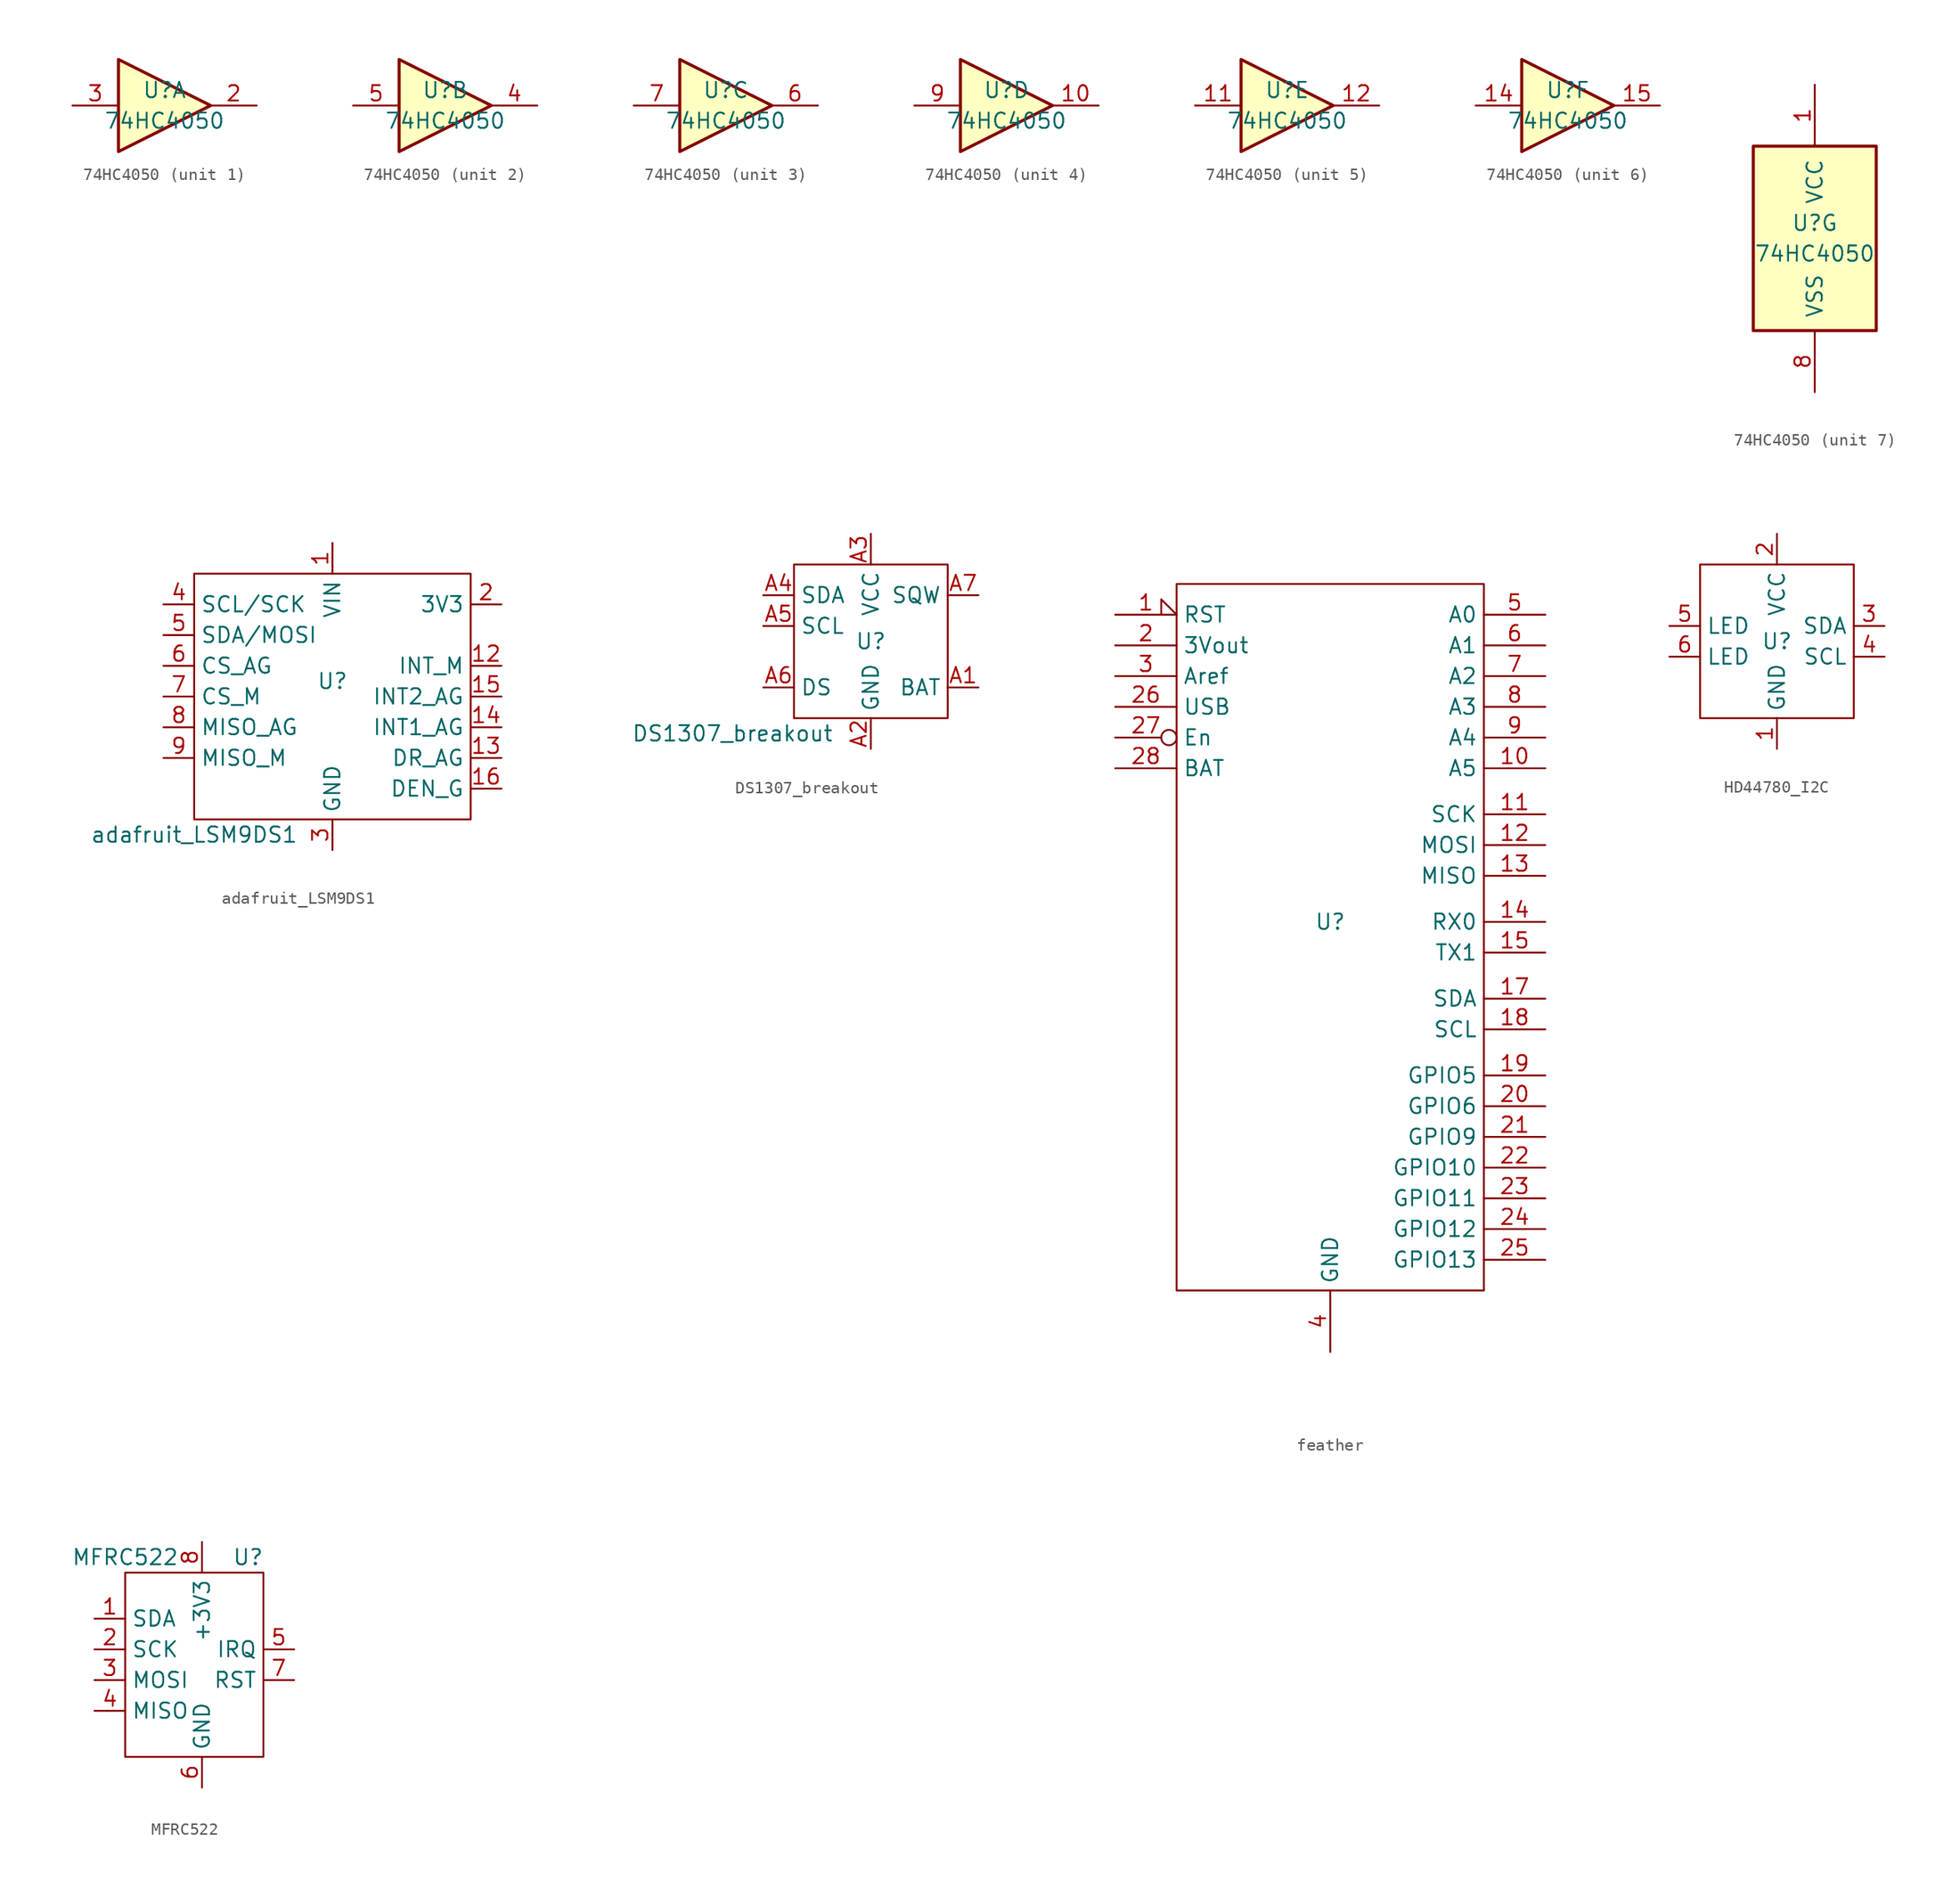
<source format=kicad_sym>
(kicad_symbol_lib
  (version 20220914)
  (generator kicad_symbol_editor)
  (symbol "74HC4050"
    (pin_names
      (offset 1.016))
    (property "Reference" "U"
      (at 0 1.27 0)
      (effects (font (size 1.27 1.27))))
    (property "Value" "74HC4050"
      (at 0 -1.27 0)
      (effects (font (size 1.27 1.27))))
    (property "ki_locked" ""
      (at 0 0 0)
      (effects (font (size 1.27 1.27))))
    (symbol "74HC4050_1_0"
      (polyline (pts (xy -3.81 3.81) (xy -3.81 -3.81) (xy 3.81 0) (xy -3.81 3.81)) (stroke (width 0.254) (type default)) (fill (type background)))
      (pin output line (at 7.62 0 180) (length 3.81) (name "~" (effects (font (size 1.27 1.27)))) (number "2" (effects (font (size 1.27 1.27)))))
      (pin input line (at -7.62 0 0) (length 3.81) (name "~" (effects (font (size 1.27 1.27)))) (number "3" (effects (font (size 1.27 1.27))))))
    (symbol "74HC4050_2_0"
      (polyline (pts (xy -3.81 3.81) (xy -3.81 -3.81) (xy 3.81 0) (xy -3.81 3.81)) (stroke (width 0.254) (type default)) (fill (type background)))
      (pin output line (at 7.62 0 180) (length 3.81) (name "~" (effects (font (size 1.27 1.27)))) (number "4" (effects (font (size 1.27 1.27)))))
      (pin input line (at -7.62 0 0) (length 3.81) (name "~" (effects (font (size 1.27 1.27)))) (number "5" (effects (font (size 1.27 1.27))))))
    (symbol "74HC4050_3_0"
      (polyline (pts (xy -3.81 3.81) (xy -3.81 -3.81) (xy 3.81 0) (xy -3.81 3.81)) (stroke (width 0.254) (type default)) (fill (type background)))
      (pin output line (at 7.62 0 180) (length 3.81) (name "~" (effects (font (size 1.27 1.27)))) (number "6" (effects (font (size 1.27 1.27)))))
      (pin input line (at -7.62 0 0) (length 3.81) (name "~" (effects (font (size 1.27 1.27)))) (number "7" (effects (font (size 1.27 1.27))))))
    (symbol "74HC4050_4_0"
      (polyline (pts (xy -3.81 3.81) (xy -3.81 -3.81) (xy 3.81 0) (xy -3.81 3.81)) (stroke (width 0.254) (type default)) (fill (type background)))
      (pin output line (at 7.62 0 180) (length 3.81) (name "~" (effects (font (size 1.27 1.27)))) (number "10" (effects (font (size 1.27 1.27)))))
      (pin input line (at -7.62 0 0) (length 3.81) (name "~" (effects (font (size 1.27 1.27)))) (number "9" (effects (font (size 1.27 1.27))))))
    (symbol "74HC4050_5_0"
      (polyline (pts (xy -3.81 3.81) (xy -3.81 -3.81) (xy 3.81 0) (xy -3.81 3.81)) (stroke (width 0.254) (type default)) (fill (type background)))
      (pin input line (at -7.62 0 0) (length 3.81) (name "~" (effects (font (size 1.27 1.27)))) (number "11" (effects (font (size 1.27 1.27)))))
      (pin output line (at 7.62 0 180) (length 3.81) (name "~" (effects (font (size 1.27 1.27)))) (number "12" (effects (font (size 1.27 1.27))))))
    (symbol "74HC4050_6_0"
      (polyline (pts (xy -3.81 3.81) (xy -3.81 -3.81) (xy 3.81 0) (xy -3.81 3.81)) (stroke (width 0.254) (type default)) (fill (type background)))
      (pin input line (at -7.62 0 0) (length 3.81) (name "~" (effects (font (size 1.27 1.27)))) (number "14" (effects (font (size 1.27 1.27)))))
      (pin output line (at 7.62 0 180) (length 3.81) (name "~" (effects (font (size 1.27 1.27)))) (number "15" (effects (font (size 1.27 1.27))))))
    (symbol "74HC4050_7_0"
      (pin power_in line (at 0 12.7 270) (length 5.08) (name "VCC" (effects (font (size 1.27 1.27)))) (number "1" (effects (font (size 1.27 1.27)))))
      (pin power_in line (at 0 -12.7 90) (length 5.08) (name "VSS" (effects (font (size 1.27 1.27)))) (number "8" (effects (font (size 1.27 1.27))))))
    (symbol "74HC4050_7_1"
      (rectangle (start -5.08 7.62) (end 5.08 -7.62) (stroke (width 0.254) (type default)) (fill (type background)))))
  (symbol "adafruit_LSM9DS1"
    (property "Reference" "U"
      (at 0 2.54 0)
      (effects (font (size 1.27 1.27))))
    (property "Value" "adafruit_LSM9DS1"
      (at -11.43 -10.16 0)
      (effects (font (size 1.27 1.27))))
    (symbol "adafruit_LSM9DS1_0_1"
      (rectangle (start -11.43 11.43) (end 11.43 -8.89) (stroke (width 0) (type default)) (fill (type none))))
    (symbol "adafruit_LSM9DS1_1_1"
      (pin power_in line (at 0 13.97 270) (length 2.54) (name "VIN" (effects (font (size 1.27 1.27)))) (number "1" (effects (font (size 1.27 1.27)))))
      (pin output line (at 13.97 3.81 180) (length 2.54) (name "INT_M" (effects (font (size 1.27 1.27)))) (number "12" (effects (font (size 1.27 1.27)))))
      (pin output line (at 13.97 -3.81 180) (length 2.54) (name "DR_AG" (effects (font (size 1.27 1.27)))) (number "13" (effects (font (size 1.27 1.27)))))
      (pin output line (at 13.97 -1.27 180) (length 2.54) (name "INT1_AG" (effects (font (size 1.27 1.27)))) (number "14" (effects (font (size 1.27 1.27)))))
      (pin output line (at 13.97 1.27 180) (length 2.54) (name "INT2_AG" (effects (font (size 1.27 1.27)))) (number "15" (effects (font (size 1.27 1.27)))))
      (pin output line (at 13.97 -6.35 180) (length 2.54) (name "DEN_G" (effects (font (size 1.27 1.27)))) (number "16" (effects (font (size 1.27 1.27)))))
      (pin power_out line (at 13.97 8.89 180) (length 2.54) (name "3V3" (effects (font (size 1.27 1.27)))) (number "2" (effects (font (size 1.27 1.27)))))
      (pin power_in line (at 0 -11.43 90) (length 2.54) (name "GND" (effects (font (size 1.27 1.27)))) (number "3" (effects (font (size 1.27 1.27)))))
      (pin input line (at -13.97 8.89 0) (length 2.54) (name "SCL/SCK" (effects (font (size 1.27 1.27)))) (number "4" (effects (font (size 1.27 1.27)))))
      (pin bidirectional line (at -13.97 6.35 0) (length 2.54) (name "SDA/MOSI" (effects (font (size 1.27 1.27)))) (number "5" (effects (font (size 1.27 1.27)))))
      (pin input line (at -13.97 3.81 0) (length 2.54) (name "CS_AG" (effects (font (size 1.27 1.27)))) (number "6" (effects (font (size 1.27 1.27)))))
      (pin input line (at -13.97 1.27 0) (length 2.54) (name "CS_M" (effects (font (size 1.27 1.27)))) (number "7" (effects (font (size 1.27 1.27)))))
      (pin bidirectional line (at -13.97 -1.27 0) (length 2.54) (name "MISO_AG" (effects (font (size 1.27 1.27)))) (number "8" (effects (font (size 1.27 1.27)))))
      (pin bidirectional line (at -13.97 -3.81 0) (length 2.54) (name "MISO_M" (effects (font (size 1.27 1.27)))) (number "9" (effects (font (size 1.27 1.27)))))))
  (symbol "DS1307_breakout"
    (property "Reference" "U"
      (at 0 0 0)
      (effects (font (size 1.27 1.27))))
    (property "Value" "DS1307_breakout"
      (at -11.43 -7.62 0)
      (effects (font (size 1.27 1.27))))
    (symbol "DS1307_breakout_0_1"
      (rectangle (start -6.35 6.35) (end 6.35 -6.35) (stroke (width 0) (type default)) (fill (type none))))
    (symbol "DS1307_breakout_1_1"
      (pin free line (at 8.89 -3.81 180) (length 2.54) (name "BAT" (effects (font (size 1.27 1.27)))) (number "A1" (effects (font (size 1.27 1.27)))))
      (pin power_in line (at 0 -8.89 90) (length 2.54) (name "GND" (effects (font (size 1.27 1.27)))) (number "A2" (effects (font (size 1.27 1.27)))))
      (pin power_in line (at 0 8.89 270) (length 2.54) (name "VCC" (effects (font (size 1.27 1.27)))) (number "A3" (effects (font (size 1.27 1.27)))))
      (pin bidirectional line (at -8.89 3.81 0) (length 2.54) (name "SDA" (effects (font (size 1.27 1.27)))) (number "A4" (effects (font (size 1.27 1.27)))))
      (pin input line (at -8.89 1.27 0) (length 2.54) (name "SCL" (effects (font (size 1.27 1.27)))) (number "A5" (effects (font (size 1.27 1.27)))))
      (pin bidirectional line (at -8.89 -3.81 0) (length 2.54) (name "DS" (effects (font (size 1.27 1.27)))) (number "A6" (effects (font (size 1.27 1.27)))))
      (pin output line (at 8.89 3.81 180) (length 2.54) (name "SQW" (effects (font (size 1.27 1.27)))) (number "A7" (effects (font (size 1.27 1.27)))))
      (pin power_in line (at 0 -8.89 90) (length 2.54) hide (name "GND" (effects (font (size 1.27 1.27)))) (number "M1" (effects (font (size 1.27 1.27)))))
      (pin power_in line (at 0 -8.89 90) (length 2.54) hide (name "GND" (effects (font (size 1.27 1.27)))) (number "M2" (effects (font (size 1.27 1.27)))))))
  (symbol "feather"
    (property "Reference" "U"
      (at 0 0 0)
      (effects (font (size 1.27 1.27))))
    (property "Value" ""
      (at 0 0 0)
      (effects (font (size 1.27 1.27))))
    (symbol "feather_0_1"
      (rectangle (start -12.7 27.94) (end 12.7 -30.48) (stroke (width 0) (type default)) (fill (type none))))
    (symbol "feather_1_1"
      (pin passive input_low (at -17.78 25.4 0) (length 5.08) (name "RST" (effects (font (size 1.27 1.27)))) (number "1" (effects (font (size 1.27 1.27)))))
      (pin input line (at 17.78 12.7 180) (length 5.08) (name "A5" (effects (font (size 1.27 1.27)))) (number "10" (effects (font (size 1.27 1.27)))))
      (pin output line (at 17.78 8.89 180) (length 5.08) (name "SCK" (effects (font (size 1.27 1.27)))) (number "11" (effects (font (size 1.27 1.27)))))
      (pin output line (at 17.78 6.35 180) (length 5.08) (name "MOSI" (effects (font (size 1.27 1.27)))) (number "12" (effects (font (size 1.27 1.27)))))
      (pin input line (at 17.78 3.81 180) (length 5.08) (name "MISO" (effects (font (size 1.27 1.27)))) (number "13" (effects (font (size 1.27 1.27)))))
      (pin input line (at 17.78 0 180) (length 5.08) (name "RX0" (effects (font (size 1.27 1.27)))) (number "14" (effects (font (size 1.27 1.27)))))
      (pin output line (at 17.78 -2.54 180) (length 5.08) (name "TX1" (effects (font (size 1.27 1.27)))) (number "15" (effects (font (size 1.27 1.27)))))
      (pin power_in line (at 0 -35.56 90) (length 5.08) hide (name "GND" (effects (font (size 1.27 1.27)))) (number "16" (effects (font (size 1.27 1.27)))))
      (pin bidirectional line (at 17.78 -6.35 180) (length 5.08) (name "SDA" (effects (font (size 1.27 1.27)))) (number "17" (effects (font (size 1.27 1.27)))))
      (pin output line (at 17.78 -8.89 180) (length 5.08) (name "SCL" (effects (font (size 1.27 1.27)))) (number "18" (effects (font (size 1.27 1.27)))))
      (pin bidirectional line (at 17.78 -12.7 180) (length 5.08) (name "GPIO5" (effects (font (size 1.27 1.27)))) (number "19" (effects (font (size 1.27 1.27)))))
      (pin power_out line (at -17.78 22.86 0) (length 5.08) (name "3Vout" (effects (font (size 1.27 1.27)))) (number "2" (effects (font (size 1.27 1.27)))))
      (pin bidirectional line (at 17.78 -15.24 180) (length 5.08) (name "GPIO6" (effects (font (size 1.27 1.27)))) (number "20" (effects (font (size 1.27 1.27)))))
      (pin bidirectional line (at 17.78 -17.78 180) (length 5.08) (name "GPIO9" (effects (font (size 1.27 1.27)))) (number "21" (effects (font (size 1.27 1.27)))))
      (pin bidirectional line (at 17.78 -20.32 180) (length 5.08) (name "GPIO10" (effects (font (size 1.27 1.27)))) (number "22" (effects (font (size 1.27 1.27)))))
      (pin bidirectional line (at 17.78 -22.86 180) (length 5.08) (name "GPIO11" (effects (font (size 1.27 1.27)))) (number "23" (effects (font (size 1.27 1.27)))))
      (pin bidirectional line (at 17.78 -25.4 180) (length 5.08) (name "GPIO12" (effects (font (size 1.27 1.27)))) (number "24" (effects (font (size 1.27 1.27)))))
      (pin bidirectional line (at 17.78 -27.94 180) (length 5.08) (name "GPIO13" (effects (font (size 1.27 1.27)))) (number "25" (effects (font (size 1.27 1.27)))))
      (pin bidirectional line (at -17.78 17.78 0) (length 5.08) (name "USB" (effects (font (size 1.27 1.27)))) (number "26" (effects (font (size 1.27 1.27)))))
      (pin passive inverted (at -17.78 15.24 0) (length 5.08) (name "En" (effects (font (size 1.27 1.27)))) (number "27" (effects (font (size 1.27 1.27)))))
      (pin bidirectional line (at -17.78 12.7 0) (length 5.08) (name "BAT" (effects (font (size 1.27 1.27)))) (number "28" (effects (font (size 1.27 1.27)))))
      (pin passive line (at -17.78 20.32 0) (length 5.08) (name "Aref" (effects (font (size 1.27 1.27)))) (number "3" (effects (font (size 1.27 1.27)))))
      (pin power_in line (at 0 -35.56 90) (length 5.08) (name "GND" (effects (font (size 1.27 1.27)))) (number "4" (effects (font (size 1.27 1.27)))))
      (pin bidirectional line (at 17.78 25.4 180) (length 5.08) (name "A0" (effects (font (size 1.27 1.27)))) (number "5" (effects (font (size 1.27 1.27)))))
      (pin input line (at 17.78 22.86 180) (length 5.08) (name "A1" (effects (font (size 1.27 1.27)))) (number "6" (effects (font (size 1.27 1.27)))))
      (pin input line (at 17.78 20.32 180) (length 5.08) (name "A2" (effects (font (size 1.27 1.27)))) (number "7" (effects (font (size 1.27 1.27)))))
      (pin input line (at 17.78 17.78 180) (length 5.08) (name "A3" (effects (font (size 1.27 1.27)))) (number "8" (effects (font (size 1.27 1.27)))))
      (pin input line (at 17.78 15.24 180) (length 5.08) (name "A4" (effects (font (size 1.27 1.27)))) (number "9" (effects (font (size 1.27 1.27)))))
      (pin power_in line (at 0 -35.56 90) (length 5.08) hide (name "GND" (effects (font (size 1.27 1.27)))) (number "M" (effects (font (size 1.27 1.27)))))))
  (symbol "HD44780_I2C"
    (property "Reference" "U"
      (at 0 0 0)
      (effects (font (size 1.27 1.27))))
    (property "Value" ""
      (at 0 0 0)
      (effects (font (size 1.27 1.27))))
    (symbol "HD44780_I2C_0_1"
      (rectangle (start -6.35 6.35) (end 6.35 -6.35) (stroke (width 0) (type default)) (fill (type none))))
    (symbol "HD44780_I2C_1_1"
      (pin power_in line (at 0 -8.89 90) (length 2.54) (name "GND" (effects (font (size 1.27 1.27)))) (number "1" (effects (font (size 1.27 1.27)))))
      (pin power_in line (at 0 8.89 270) (length 2.54) (name "VCC" (effects (font (size 1.27 1.27)))) (number "2" (effects (font (size 1.27 1.27)))))
      (pin bidirectional line (at 8.89 1.27 180) (length 2.54) (name "SDA" (effects (font (size 1.27 1.27)))) (number "3" (effects (font (size 1.27 1.27)))))
      (pin bidirectional line (at 8.89 -1.27 180) (length 2.54) (name "SCL" (effects (font (size 1.27 1.27)))) (number "4" (effects (font (size 1.27 1.27)))))
      (pin input line (at -8.89 1.27 0) (length 2.54) (name "LED" (effects (font (size 1.27 1.27)))) (number "5" (effects (font (size 1.27 1.27)))))
      (pin power_out line (at -8.89 -1.27 0) (length 2.54) (name "LED" (effects (font (size 1.27 1.27)))) (number "6" (effects (font (size 1.27 1.27)))))))
  (symbol "MFRC522"
    (property "Reference" "U"
      (at 3.81 8.89 0)
      (effects (font (size 1.27 1.27))))
    (property "Value" "MFRC522"
      (at -6.35 8.89 0)
      (effects (font (size 1.27 1.27))))
    (symbol "MFRC522_0_1"
      (rectangle (start -6.35 -7.62) (end 5.08 7.62) (stroke (width 0) (type default)) (fill (type none))))
    (symbol "MFRC522_1_1"
      (pin bidirectional line (at -8.89 3.81 0) (length 2.54) (name "SDA" (effects (font (size 1.27 1.27)))) (number "1" (effects (font (size 1.27 1.27)))))
      (pin input line (at -8.89 1.27 0) (length 2.54) (name "SCK" (effects (font (size 1.27 1.27)))) (number "2" (effects (font (size 1.27 1.27)))))
      (pin input line (at -8.89 -1.27 0) (length 2.54) (name "MOSI" (effects (font (size 1.27 1.27)))) (number "3" (effects (font (size 1.27 1.27)))))
      (pin tri_state line (at -8.89 -3.81 0) (length 2.54) (name "MISO" (effects (font (size 1.27 1.27)))) (number "4" (effects (font (size 1.27 1.27)))))
      (pin output line (at 7.62 1.27 180) (length 2.54) (name "IRQ" (effects (font (size 1.27 1.27)))) (number "5" (effects (font (size 1.27 1.27)))))
      (pin power_in line (at 0 -10.16 90) (length 2.54) (name "GND" (effects (font (size 1.27 1.27)))) (number "6" (effects (font (size 1.27 1.27)))))
      (pin output line (at 7.62 -1.27 180) (length 2.54) (name "RST" (effects (font (size 1.27 1.27)))) (number "7" (effects (font (size 1.27 1.27)))))
      (pin power_in line (at 0 10.16 270) (length 2.54) (name "+3V3" (effects (font (size 1.27 1.27)))) (number "8" (effects (font (size 1.27 1.27)))))
      (pin free line (at 0 -10.16 90) (length 2.54) hide (name "HOLE" (effects (font (size 1.27 1.27)))) (number "M1" (effects (font (size 1.27 1.27)))))
      (pin free line (at 0 -10.16 90) (length 2.54) hide (name "HOLE" (effects (font (size 1.27 1.27)))) (number "M2" (effects (font (size 1.27 1.27)))))
      (pin free line (at 0 -10.16 90) (length 2.54) hide (name "HOLE" (effects (font (size 1.27 1.27)))) (number "M3" (effects (font (size 1.27 1.27)))))
      (pin free line (at 0 -10.16 90) (length 2.54) hide (name "HOLE" (effects (font (size 1.27 1.27)))) (number "M4" (effects (font (size 1.27 1.27))))))))
</source>
